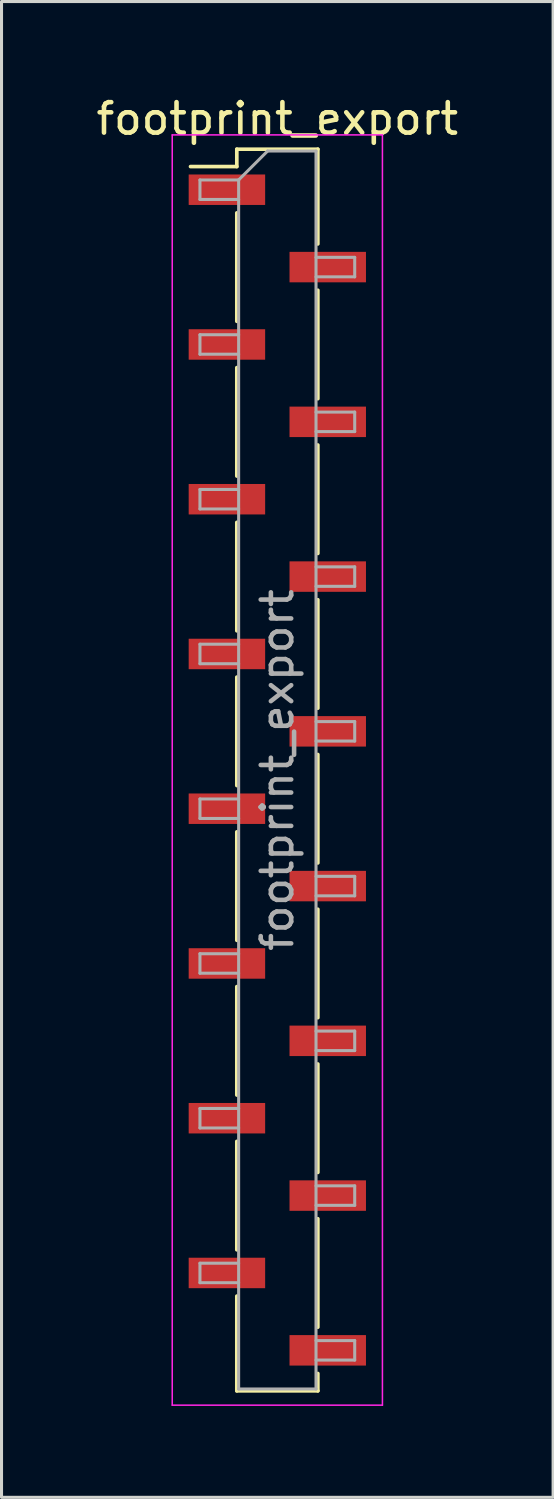
<source format=kicad_pcb>
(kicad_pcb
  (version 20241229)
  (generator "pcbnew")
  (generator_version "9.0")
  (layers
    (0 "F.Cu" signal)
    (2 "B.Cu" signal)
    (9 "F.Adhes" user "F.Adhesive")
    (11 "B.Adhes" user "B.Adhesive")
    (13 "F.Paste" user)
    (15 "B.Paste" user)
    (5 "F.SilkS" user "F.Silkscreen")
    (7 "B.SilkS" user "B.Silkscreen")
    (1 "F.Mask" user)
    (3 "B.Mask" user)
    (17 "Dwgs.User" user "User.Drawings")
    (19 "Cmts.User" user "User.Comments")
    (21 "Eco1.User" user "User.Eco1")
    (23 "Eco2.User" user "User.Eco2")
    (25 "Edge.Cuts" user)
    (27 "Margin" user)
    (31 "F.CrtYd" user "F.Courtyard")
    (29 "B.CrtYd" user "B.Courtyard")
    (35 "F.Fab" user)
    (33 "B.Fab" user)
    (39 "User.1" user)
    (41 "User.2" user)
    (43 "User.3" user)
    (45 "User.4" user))
  (footprint "footprint_export"
    (layer "F.Cu")
    (at 6.054 22.228)
    (property "Reference" "footprint_export" (at 0 -21.38 0) (layer "F.SilkS") (effects (font (size 1 1) (thickness 0.15))))
    (attr smd)
    (fp_line (start -1.33 -20.38) (end -1.33 -19.81) (stroke (width 0.12) (type solid)) (layer "F.SilkS"))
    (fp_line (start -1.33 -20.38) (end 1.33 -20.38) (stroke (width 0.12) (type solid)) (layer "F.SilkS"))
    (fp_line (start -1.33 -19.81) (end -2.85 -19.81) (stroke (width 0.12) (type solid)) (layer "F.SilkS"))
    (fp_line (start -1.33 -18.29) (end -1.33 -14.73) (stroke (width 0.12) (type solid)) (layer "F.SilkS"))
    (fp_line (start -1.33 -13.21) (end -1.33 -9.65) (stroke (width 0.12) (type solid)) (layer "F.SilkS"))
    (fp_line (start -1.33 -8.13) (end -1.33 -4.57) (stroke (width 0.12) (type solid)) (layer "F.SilkS"))
    (fp_line (start -1.33 -3.05) (end -1.33 0.51) (stroke (width 0.12) (type solid)) (layer "F.SilkS"))
    (fp_line (start -1.33 2.03) (end -1.33 5.59) (stroke (width 0.12) (type solid)) (layer "F.SilkS"))
    (fp_line (start -1.33 7.11) (end -1.33 10.67) (stroke (width 0.12) (type solid)) (layer "F.SilkS"))
    (fp_line (start -1.33 12.19) (end -1.33 15.75) (stroke (width 0.12) (type solid)) (layer "F.SilkS"))
    (fp_line (start -1.33 17.27) (end -1.33 20.38) (stroke (width 0.12) (type solid)) (layer "F.SilkS"))
    (fp_line (start -1.33 20.38) (end 1.33 20.38) (stroke (width 0.12) (type solid)) (layer "F.SilkS"))
    (fp_line (start 1.33 -20.38) (end 1.33 -17.27) (stroke (width 0.12) (type solid)) (layer "F.SilkS"))
    (fp_line (start 1.33 -15.75) (end 1.33 -12.19) (stroke (width 0.12) (type solid)) (layer "F.SilkS"))
    (fp_line (start 1.33 -10.67) (end 1.33 -7.11) (stroke (width 0.12) (type solid)) (layer "F.SilkS"))
    (fp_line (start 1.33 -5.59) (end 1.33 -2.03) (stroke (width 0.12) (type solid)) (layer "F.SilkS"))
    (fp_line (start 1.33 -0.51) (end 1.33 3.05) (stroke (width 0.12) (type solid)) (layer "F.SilkS"))
    (fp_line (start 1.33 4.57) (end 1.33 8.13) (stroke (width 0.12) (type solid)) (layer "F.SilkS"))
    (fp_line (start 1.33 9.65) (end 1.33 13.21) (stroke (width 0.12) (type solid)) (layer "F.SilkS"))
    (fp_line (start 1.33 14.73) (end 1.33 18.29) (stroke (width 0.12) (type solid)) (layer "F.SilkS"))
    (fp_line (start 1.33 19.81) (end 1.33 20.38) (stroke (width 0.12) (type solid)) (layer "F.SilkS"))
    (fp_line (start -3.45 -20.85) (end -3.45 20.85) (stroke (width 0.05) (type solid)) (layer "F.CrtYd"))
    (fp_line (start -3.45 20.85) (end 3.45 20.85) (stroke (width 0.05) (type solid)) (layer "F.CrtYd"))
    (fp_line (start 3.45 -20.85) (end -3.45 -20.85) (stroke (width 0.05) (type solid)) (layer "F.CrtYd"))
    (fp_line (start 3.45 20.85) (end 3.45 -20.85) (stroke (width 0.05) (type solid)) (layer "F.CrtYd"))
    (fp_line (start -2.54 -19.37) (end -2.54 -18.73) (stroke (width 0.1) (type solid)) (layer "F.Fab"))
    (fp_line (start -2.54 -18.73) (end -1.27 -18.73) (stroke (width 0.1) (type solid)) (layer "F.Fab"))
    (fp_line (start -2.54 -14.29) (end -2.54 -13.65) (stroke (width 0.1) (type solid)) (layer "F.Fab"))
    (fp_line (start -2.54 -13.65) (end -1.27 -13.65) (stroke (width 0.1) (type solid)) (layer "F.Fab"))
    (fp_line (start -2.54 -9.21) (end -2.54 -8.57) (stroke (width 0.1) (type solid)) (layer "F.Fab"))
    (fp_line (start -2.54 -8.57) (end -1.27 -8.57) (stroke (width 0.1) (type solid)) (layer "F.Fab"))
    (fp_line (start -2.54 -4.13) (end -2.54 -3.49) (stroke (width 0.1) (type solid)) (layer "F.Fab"))
    (fp_line (start -2.54 -3.49) (end -1.27 -3.49) (stroke (width 0.1) (type solid)) (layer "F.Fab"))
    (fp_line (start -2.54 0.95) (end -2.54 1.59) (stroke (width 0.1) (type solid)) (layer "F.Fab"))
    (fp_line (start -2.54 1.59) (end -1.27 1.59) (stroke (width 0.1) (type solid)) (layer "F.Fab"))
    (fp_line (start -2.54 6.03) (end -2.54 6.67) (stroke (width 0.1) (type solid)) (layer "F.Fab"))
    (fp_line (start -2.54 6.67) (end -1.27 6.67) (stroke (width 0.1) (type solid)) (layer "F.Fab"))
    (fp_line (start -2.54 11.11) (end -2.54 11.75) (stroke (width 0.1) (type solid)) (layer "F.Fab"))
    (fp_line (start -2.54 11.75) (end -1.27 11.75) (stroke (width 0.1) (type solid)) (layer "F.Fab"))
    (fp_line (start -2.54 16.19) (end -2.54 16.83) (stroke (width 0.1) (type solid)) (layer "F.Fab"))
    (fp_line (start -2.54 16.83) (end -1.27 16.83) (stroke (width 0.1) (type solid)) (layer "F.Fab"))
    (fp_line (start -1.27 -19.37) (end -2.54 -19.37) (stroke (width 0.1) (type solid)) (layer "F.Fab"))
    (fp_line (start -1.27 -19.37) (end -0.32 -20.32) (stroke (width 0.1) (type solid)) (layer "F.Fab"))
    (fp_line (start -1.27 -14.29) (end -2.54 -14.29) (stroke (width 0.1) (type solid)) (layer "F.Fab"))
    (fp_line (start -1.27 -9.21) (end -2.54 -9.21) (stroke (width 0.1) (type solid)) (layer "F.Fab"))
    (fp_line (start -1.27 -4.13) (end -2.54 -4.13) (stroke (width 0.1) (type solid)) (layer "F.Fab"))
    (fp_line (start -1.27 0.95) (end -2.54 0.95) (stroke (width 0.1) (type solid)) (layer "F.Fab"))
    (fp_line (start -1.27 6.03) (end -2.54 6.03) (stroke (width 0.1) (type solid)) (layer "F.Fab"))
    (fp_line (start -1.27 11.11) (end -2.54 11.11) (stroke (width 0.1) (type solid)) (layer "F.Fab"))
    (fp_line (start -1.27 16.19) (end -2.54 16.19) (stroke (width 0.1) (type solid)) (layer "F.Fab"))
    (fp_line (start -1.27 20.32) (end -1.27 -19.37) (stroke (width 0.1) (type solid)) (layer "F.Fab"))
    (fp_line (start -0.32 -20.32) (end 1.27 -20.32) (stroke (width 0.1) (type solid)) (layer "F.Fab"))
    (fp_line (start 1.27 -20.32) (end 1.27 20.32) (stroke (width 0.1) (type solid)) (layer "F.Fab"))
    (fp_line (start 1.27 -16.83) (end 2.54 -16.83) (stroke (width 0.1) (type solid)) (layer "F.Fab"))
    (fp_line (start 1.27 -11.75) (end 2.54 -11.75) (stroke (width 0.1) (type solid)) (layer "F.Fab"))
    (fp_line (start 1.27 -6.67) (end 2.54 -6.67) (stroke (width 0.1) (type solid)) (layer "F.Fab"))
    (fp_line (start 1.27 -1.59) (end 2.54 -1.59) (stroke (width 0.1) (type solid)) (layer "F.Fab"))
    (fp_line (start 1.27 3.49) (end 2.54 3.49) (stroke (width 0.1) (type solid)) (layer "F.Fab"))
    (fp_line (start 1.27 8.57) (end 2.54 8.57) (stroke (width 0.1) (type solid)) (layer "F.Fab"))
    (fp_line (start 1.27 13.65) (end 2.54 13.65) (stroke (width 0.1) (type solid)) (layer "F.Fab"))
    (fp_line (start 1.27 18.73) (end 2.54 18.73) (stroke (width 0.1) (type solid)) (layer "F.Fab"))
    (fp_line (start 1.27 20.32) (end -1.27 20.32) (stroke (width 0.1) (type solid)) (layer "F.Fab"))
    (fp_line (start 2.54 -16.83) (end 2.54 -16.19) (stroke (width 0.1) (type solid)) (layer "F.Fab"))
    (fp_line (start 2.54 -16.19) (end 1.27 -16.19) (stroke (width 0.1) (type solid)) (layer "F.Fab"))
    (fp_line (start 2.54 -11.75) (end 2.54 -11.11) (stroke (width 0.1) (type solid)) (layer "F.Fab"))
    (fp_line (start 2.54 -11.11) (end 1.27 -11.11) (stroke (width 0.1) (type solid)) (layer "F.Fab"))
    (fp_line (start 2.54 -6.67) (end 2.54 -6.03) (stroke (width 0.1) (type solid)) (layer "F.Fab"))
    (fp_line (start 2.54 -6.03) (end 1.27 -6.03) (stroke (width 0.1) (type solid)) (layer "F.Fab"))
    (fp_line (start 2.54 -1.59) (end 2.54 -0.95) (stroke (width 0.1) (type solid)) (layer "F.Fab"))
    (fp_line (start 2.54 -0.95) (end 1.27 -0.95) (stroke (width 0.1) (type solid)) (layer "F.Fab"))
    (fp_line (start 2.54 3.49) (end 2.54 4.13) (stroke (width 0.1) (type solid)) (layer "F.Fab"))
    (fp_line (start 2.54 4.13) (end 1.27 4.13) (stroke (width 0.1) (type solid)) (layer "F.Fab"))
    (fp_line (start 2.54 8.57) (end 2.54 9.21) (stroke (width 0.1) (type solid)) (layer "F.Fab"))
    (fp_line (start 2.54 9.21) (end 1.27 9.21) (stroke (width 0.1) (type solid)) (layer "F.Fab"))
    (fp_line (start 2.54 13.65) (end 2.54 14.29) (stroke (width 0.1) (type solid)) (layer "F.Fab"))
    (fp_line (start 2.54 14.29) (end 1.27 14.29) (stroke (width 0.1) (type solid)) (layer "F.Fab"))
    (fp_line (start 2.54 18.73) (end 2.54 19.37) (stroke (width 0.1) (type solid)) (layer "F.Fab"))
    (fp_line (start 2.54 19.37) (end 1.27 19.37) (stroke (width 0.1) (type solid)) (layer "F.Fab"))
    (fp_text user "${REFERENCE}" (at 0 0 90) (layer "F.Fab") (effects (font (size 1 1) (thickness 0.15))))
    (pad "1" smd rect (at -1.655 -19.05) (size 2.51 1) (layers "F.Cu" "F.Mask" "F.Paste"))
    (pad "2" smd rect (at 1.655 -16.51) (size 2.51 1) (layers "F.Cu" "F.Mask" "F.Paste"))
    (pad "3" smd rect (at -1.655 -13.97) (size 2.51 1) (layers "F.Cu" "F.Mask" "F.Paste"))
    (pad "4" smd rect (at 1.655 -11.43) (size 2.51 1) (layers "F.Cu" "F.Mask" "F.Paste"))
    (pad "5" smd rect (at -1.655 -8.89) (size 2.51 1) (layers "F.Cu" "F.Mask" "F.Paste"))
    (pad "6" smd rect (at 1.655 -6.35) (size 2.51 1) (layers "F.Cu" "F.Mask" "F.Paste"))
    (pad "7" smd rect (at -1.655 -3.81) (size 2.51 1) (layers "F.Cu" "F.Mask" "F.Paste"))
    (pad "8" smd rect (at 1.655 -1.27) (size 2.51 1) (layers "F.Cu" "F.Mask" "F.Paste"))
    (pad "9" smd rect (at -1.655 1.27) (size 2.51 1) (layers "F.Cu" "F.Mask" "F.Paste"))
    (pad "10" smd rect (at 1.655 3.81) (size 2.51 1) (layers "F.Cu" "F.Mask" "F.Paste"))
    (pad "11" smd rect (at -1.655 6.35) (size 2.51 1) (layers "F.Cu" "F.Mask" "F.Paste"))
    (pad "12" smd rect (at 1.655 8.89) (size 2.51 1) (layers "F.Cu" "F.Mask" "F.Paste"))
    (pad "13" smd rect (at -1.655 11.43) (size 2.51 1) (layers "F.Cu" "F.Mask" "F.Paste"))
    (pad "14" smd rect (at 1.655 13.97) (size 2.51 1) (layers "F.Cu" "F.Mask" "F.Paste"))
    (pad "15" smd rect (at -1.655 16.51) (size 2.51 1) (layers "F.Cu" "F.Mask" "F.Paste"))
    (pad "16" smd rect (at 1.655 19.05) (size 2.51 1) (layers "F.Cu" "F.Mask" "F.Paste")))
  (gr_rect
    (start -3 -3)
    (end 15.107 46.103)
    (stroke (width 0.1) (type default))
    (fill no)
    (layer "Edge.Cuts")))
</source>
